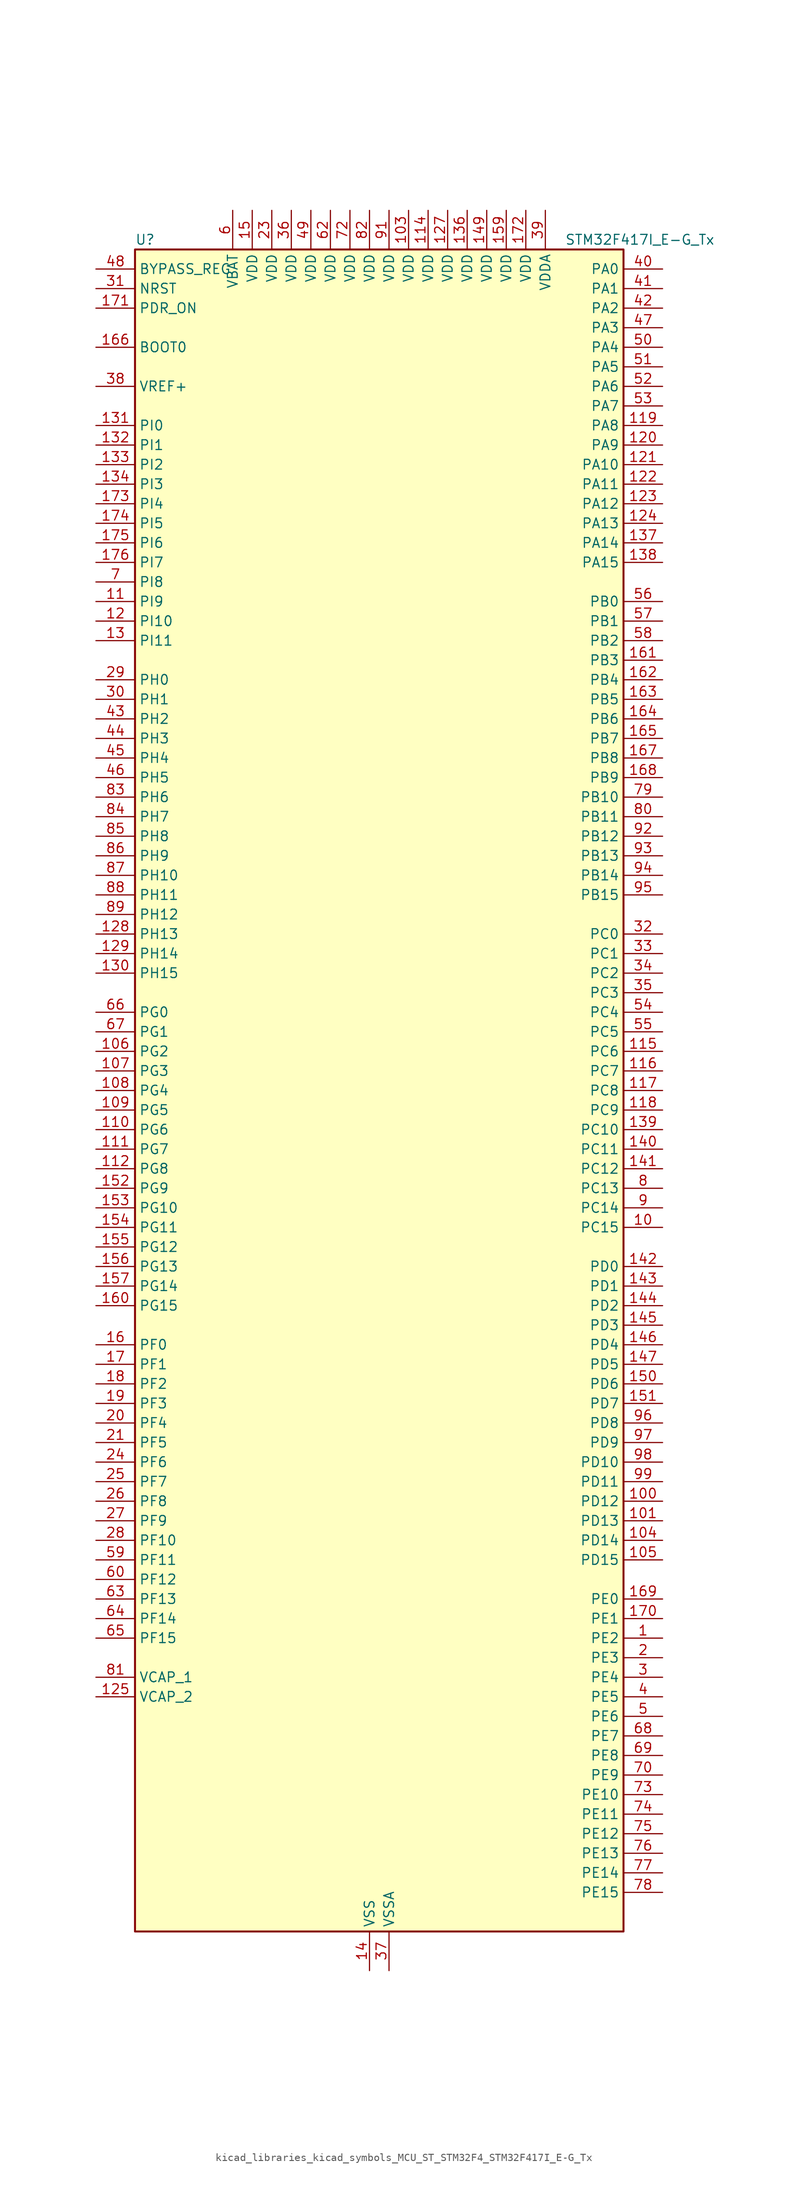
<source format=kicad_sym>
(kicad_symbol_lib
  (version 20220914)
  (generator kicad_symbol_editor)
  (symbol "kicad_libraries_kicad_symbols_MCU_ST_STM32F4_STM32F417I_E-G_Tx"
    (property "Reference" "U"
      (at -30.48 110.49 0)
      (effects (font (size 1.27 1.27)) (justify left)))
    (property "Value" "STM32F417I_E-G_Tx"
      (at 25.4 110.49 0)
      (effects (font (size 1.27 1.27)) (justify left)))
    (property "ki_locked" ""
      (at 0 0 0)
      (effects (font (size 1.27 1.27))))
    (symbol "kicad_libraries_kicad_symbols_MCU_ST_STM32F4_STM32F417I_E-G_Tx_0_1"
      (rectangle (start -30.48 -109.22) (end 33.02 109.22) (stroke (width 0.254) (type default)) (fill (type background))))
    (symbol "kicad_libraries_kicad_symbols_MCU_ST_STM32F4_STM32F417I_E-G_Tx_1_1"
      (pin bidirectional line (at 38.1 -71.12 180) (length 5.08) (name "PE2" (effects (font (size 1.27 1.27)))) (number "1" (effects (font (size 1.27 1.27)))) (alternate "ETH_TXD3" bidirectional line) (alternate "FSMC_A23" bidirectional line) (alternate "SYS_TRACECLK" bidirectional line))
      (pin bidirectional line (at 38.1 -17.78 180) (length 5.08) (name "PC15" (effects (font (size 1.27 1.27)))) (number "10" (effects (font (size 1.27 1.27)))) (alternate "ADC1_EXTI15" bidirectional line) (alternate "ADC2_EXTI15" bidirectional line) (alternate "ADC3_EXTI15" bidirectional line) (alternate "RCC_OSC32_OUT" bidirectional line))
      (pin bidirectional line (at 38.1 -53.34 180) (length 5.08) (name "PD12" (effects (font (size 1.27 1.27)))) (number "100" (effects (font (size 1.27 1.27)))) (alternate "FSMC_A17" bidirectional line) (alternate "FSMC_ALE" bidirectional line) (alternate "TIM4_CH1" bidirectional line) (alternate "USART3_RTS" bidirectional line))
      (pin bidirectional line (at 38.1 -55.88 180) (length 5.08) (name "PD13" (effects (font (size 1.27 1.27)))) (number "101" (effects (font (size 1.27 1.27)))) (alternate "FSMC_A18" bidirectional line) (alternate "TIM4_CH2" bidirectional line))
      (pin passive line (at 0 -114.3 90) (length 5.08) hide (name "VSS" (effects (font (size 1.27 1.27)))) (number "102" (effects (font (size 1.27 1.27)))))
      (pin power_in line (at 5.08 114.3 270) (length 5.08) (name "VDD" (effects (font (size 1.27 1.27)))) (number "103" (effects (font (size 1.27 1.27)))))
      (pin bidirectional line (at 38.1 -58.42 180) (length 5.08) (name "PD14" (effects (font (size 1.27 1.27)))) (number "104" (effects (font (size 1.27 1.27)))) (alternate "FSMC_D0" bidirectional line) (alternate "FSMC_DA0" bidirectional line) (alternate "TIM4_CH3" bidirectional line))
      (pin bidirectional line (at 38.1 -60.96 180) (length 5.08) (name "PD15" (effects (font (size 1.27 1.27)))) (number "105" (effects (font (size 1.27 1.27)))) (alternate "ADC1_EXTI15" bidirectional line) (alternate "ADC2_EXTI15" bidirectional line) (alternate "ADC3_EXTI15" bidirectional line) (alternate "FSMC_D1" bidirectional line) (alternate "FSMC_DA1" bidirectional line) (alternate "TIM4_CH4" bidirectional line))
      (pin bidirectional line (at -35.56 5.08 0) (length 5.08) (name "PG2" (effects (font (size 1.27 1.27)))) (number "106" (effects (font (size 1.27 1.27)))) (alternate "FSMC_A12" bidirectional line))
      (pin bidirectional line (at -35.56 2.54 0) (length 5.08) (name "PG3" (effects (font (size 1.27 1.27)))) (number "107" (effects (font (size 1.27 1.27)))) (alternate "FSMC_A13" bidirectional line))
      (pin bidirectional line (at -35.56 0 0) (length 5.08) (name "PG4" (effects (font (size 1.27 1.27)))) (number "108" (effects (font (size 1.27 1.27)))) (alternate "FSMC_A14" bidirectional line))
      (pin bidirectional line (at -35.56 -2.54 0) (length 5.08) (name "PG5" (effects (font (size 1.27 1.27)))) (number "109" (effects (font (size 1.27 1.27)))) (alternate "FSMC_A15" bidirectional line))
      (pin bidirectional line (at -35.56 63.5 0) (length 5.08) (name "PI9" (effects (font (size 1.27 1.27)))) (number "11" (effects (font (size 1.27 1.27)))) (alternate "CAN1_RX" bidirectional line) (alternate "DAC_EXTI9" bidirectional line))
      (pin bidirectional line (at -35.56 -5.08 0) (length 5.08) (name "PG6" (effects (font (size 1.27 1.27)))) (number "110" (effects (font (size 1.27 1.27)))) (alternate "FSMC_INT2" bidirectional line))
      (pin bidirectional line (at -35.56 -7.62 0) (length 5.08) (name "PG7" (effects (font (size 1.27 1.27)))) (number "111" (effects (font (size 1.27 1.27)))) (alternate "FSMC_INT3" bidirectional line) (alternate "USART6_CK" bidirectional line))
      (pin bidirectional line (at -35.56 -10.16 0) (length 5.08) (name "PG8" (effects (font (size 1.27 1.27)))) (number "112" (effects (font (size 1.27 1.27)))) (alternate "ETH_PPS_OUT" bidirectional line) (alternate "USART6_RTS" bidirectional line))
      (pin passive line (at 0 -114.3 90) (length 5.08) hide (name "VSS" (effects (font (size 1.27 1.27)))) (number "113" (effects (font (size 1.27 1.27)))))
      (pin power_in line (at 7.62 114.3 270) (length 5.08) (name "VDD" (effects (font (size 1.27 1.27)))) (number "114" (effects (font (size 1.27 1.27)))))
      (pin bidirectional line (at 38.1 5.08 180) (length 5.08) (name "PC6" (effects (font (size 1.27 1.27)))) (number "115" (effects (font (size 1.27 1.27)))) (alternate "DCMI_D0" bidirectional line) (alternate "I2S2_MCK" bidirectional line) (alternate "SDIO_D6" bidirectional line) (alternate "TIM3_CH1" bidirectional line) (alternate "TIM8_CH1" bidirectional line) (alternate "USART6_TX" bidirectional line))
      (pin bidirectional line (at 38.1 2.54 180) (length 5.08) (name "PC7" (effects (font (size 1.27 1.27)))) (number "116" (effects (font (size 1.27 1.27)))) (alternate "DCMI_D1" bidirectional line) (alternate "I2S3_MCK" bidirectional line) (alternate "SDIO_D7" bidirectional line) (alternate "TIM3_CH2" bidirectional line) (alternate "TIM8_CH2" bidirectional line) (alternate "USART6_RX" bidirectional line))
      (pin bidirectional line (at 38.1 0 180) (length 5.08) (name "PC8" (effects (font (size 1.27 1.27)))) (number "117" (effects (font (size 1.27 1.27)))) (alternate "DCMI_D2" bidirectional line) (alternate "SDIO_D0" bidirectional line) (alternate "TIM3_CH3" bidirectional line) (alternate "TIM8_CH3" bidirectional line) (alternate "USART6_CK" bidirectional line))
      (pin bidirectional line (at 38.1 -2.54 180) (length 5.08) (name "PC9" (effects (font (size 1.27 1.27)))) (number "118" (effects (font (size 1.27 1.27)))) (alternate "DAC_EXTI9" bidirectional line) (alternate "DCMI_D3" bidirectional line) (alternate "I2C3_SDA" bidirectional line) (alternate "I2S_CKIN" bidirectional line) (alternate "RCC_MCO_2" bidirectional line) (alternate "SDIO_D1" bidirectional line) (alternate "TIM3_CH4" bidirectional line) (alternate "TIM8_CH4" bidirectional line))
      (pin bidirectional line (at 38.1 86.36 180) (length 5.08) (name "PA8" (effects (font (size 1.27 1.27)))) (number "119" (effects (font (size 1.27 1.27)))) (alternate "I2C3_SCL" bidirectional line) (alternate "RCC_MCO_1" bidirectional line) (alternate "TIM1_CH1" bidirectional line) (alternate "USART1_CK" bidirectional line) (alternate "USB_OTG_FS_SOF" bidirectional line))
      (pin bidirectional line (at -35.56 60.96 0) (length 5.08) (name "PI10" (effects (font (size 1.27 1.27)))) (number "12" (effects (font (size 1.27 1.27)))) (alternate "ETH_RX_ER" bidirectional line))
      (pin bidirectional line (at 38.1 83.82 180) (length 5.08) (name "PA9" (effects (font (size 1.27 1.27)))) (number "120" (effects (font (size 1.27 1.27)))) (alternate "DAC_EXTI9" bidirectional line) (alternate "DCMI_D0" bidirectional line) (alternate "I2C3_SMBA" bidirectional line) (alternate "TIM1_CH2" bidirectional line) (alternate "USART1_TX" bidirectional line) (alternate "USB_OTG_FS_VBUS" bidirectional line))
      (pin bidirectional line (at 38.1 81.28 180) (length 5.08) (name "PA10" (effects (font (size 1.27 1.27)))) (number "121" (effects (font (size 1.27 1.27)))) (alternate "DCMI_D1" bidirectional line) (alternate "TIM1_CH3" bidirectional line) (alternate "USART1_RX" bidirectional line) (alternate "USB_OTG_FS_ID" bidirectional line))
      (pin bidirectional line (at 38.1 78.74 180) (length 5.08) (name "PA11" (effects (font (size 1.27 1.27)))) (number "122" (effects (font (size 1.27 1.27)))) (alternate "ADC1_EXTI11" bidirectional line) (alternate "ADC2_EXTI11" bidirectional line) (alternate "ADC3_EXTI11" bidirectional line) (alternate "CAN1_RX" bidirectional line) (alternate "TIM1_CH4" bidirectional line) (alternate "USART1_CTS" bidirectional line) (alternate "USB_OTG_FS_DM" bidirectional line))
      (pin bidirectional line (at 38.1 76.2 180) (length 5.08) (name "PA12" (effects (font (size 1.27 1.27)))) (number "123" (effects (font (size 1.27 1.27)))) (alternate "CAN1_TX" bidirectional line) (alternate "TIM1_ETR" bidirectional line) (alternate "USART1_RTS" bidirectional line) (alternate "USB_OTG_FS_DP" bidirectional line))
      (pin bidirectional line (at 38.1 73.66 180) (length 5.08) (name "PA13" (effects (font (size 1.27 1.27)))) (number "124" (effects (font (size 1.27 1.27)))) (alternate "SYS_JTMS-SWDIO" bidirectional line))
      (pin power_out line (at -35.56 -78.74 0) (length 5.08) (name "VCAP_2" (effects (font (size 1.27 1.27)))) (number "125" (effects (font (size 1.27 1.27)))))
      (pin passive line (at 0 -114.3 90) (length 5.08) hide (name "VSS" (effects (font (size 1.27 1.27)))) (number "126" (effects (font (size 1.27 1.27)))))
      (pin power_in line (at 10.16 114.3 270) (length 5.08) (name "VDD" (effects (font (size 1.27 1.27)))) (number "127" (effects (font (size 1.27 1.27)))))
      (pin bidirectional line (at -35.56 20.32 0) (length 5.08) (name "PH13" (effects (font (size 1.27 1.27)))) (number "128" (effects (font (size 1.27 1.27)))) (alternate "CAN1_TX" bidirectional line) (alternate "TIM8_CH1N" bidirectional line))
      (pin bidirectional line (at -35.56 17.78 0) (length 5.08) (name "PH14" (effects (font (size 1.27 1.27)))) (number "129" (effects (font (size 1.27 1.27)))) (alternate "DCMI_D4" bidirectional line) (alternate "TIM8_CH2N" bidirectional line))
      (pin bidirectional line (at -35.56 58.42 0) (length 5.08) (name "PI11" (effects (font (size 1.27 1.27)))) (number "13" (effects (font (size 1.27 1.27)))) (alternate "ADC1_EXTI11" bidirectional line) (alternate "ADC2_EXTI11" bidirectional line) (alternate "ADC3_EXTI11" bidirectional line) (alternate "USB_OTG_HS_ULPI_DIR" bidirectional line))
      (pin bidirectional line (at -35.56 15.24 0) (length 5.08) (name "PH15" (effects (font (size 1.27 1.27)))) (number "130" (effects (font (size 1.27 1.27)))) (alternate "ADC1_EXTI15" bidirectional line) (alternate "ADC2_EXTI15" bidirectional line) (alternate "ADC3_EXTI15" bidirectional line) (alternate "DCMI_D11" bidirectional line) (alternate "TIM8_CH3N" bidirectional line))
      (pin bidirectional line (at -35.56 86.36 0) (length 5.08) (name "PI0" (effects (font (size 1.27 1.27)))) (number "131" (effects (font (size 1.27 1.27)))) (alternate "DCMI_D13" bidirectional line) (alternate "I2S2_WS" bidirectional line) (alternate "SPI2_NSS" bidirectional line) (alternate "TIM5_CH4" bidirectional line))
      (pin bidirectional line (at -35.56 83.82 0) (length 5.08) (name "PI1" (effects (font (size 1.27 1.27)))) (number "132" (effects (font (size 1.27 1.27)))) (alternate "DCMI_D8" bidirectional line) (alternate "I2S2_CK" bidirectional line) (alternate "SPI2_SCK" bidirectional line))
      (pin bidirectional line (at -35.56 81.28 0) (length 5.08) (name "PI2" (effects (font (size 1.27 1.27)))) (number "133" (effects (font (size 1.27 1.27)))) (alternate "DCMI_D9" bidirectional line) (alternate "I2S2_ext_SD" bidirectional line) (alternate "SPI2_MISO" bidirectional line) (alternate "TIM8_CH4" bidirectional line))
      (pin bidirectional line (at -35.56 78.74 0) (length 5.08) (name "PI3" (effects (font (size 1.27 1.27)))) (number "134" (effects (font (size 1.27 1.27)))) (alternate "DCMI_D10" bidirectional line) (alternate "I2S2_SD" bidirectional line) (alternate "SPI2_MOSI" bidirectional line) (alternate "TIM8_ETR" bidirectional line))
      (pin passive line (at 0 -114.3 90) (length 5.08) hide (name "VSS" (effects (font (size 1.27 1.27)))) (number "135" (effects (font (size 1.27 1.27)))))
      (pin power_in line (at 12.7 114.3 270) (length 5.08) (name "VDD" (effects (font (size 1.27 1.27)))) (number "136" (effects (font (size 1.27 1.27)))))
      (pin bidirectional line (at 38.1 71.12 180) (length 5.08) (name "PA14" (effects (font (size 1.27 1.27)))) (number "137" (effects (font (size 1.27 1.27)))) (alternate "SYS_JTCK-SWCLK" bidirectional line))
      (pin bidirectional line (at 38.1 68.58 180) (length 5.08) (name "PA15" (effects (font (size 1.27 1.27)))) (number "138" (effects (font (size 1.27 1.27)))) (alternate "ADC1_EXTI15" bidirectional line) (alternate "ADC2_EXTI15" bidirectional line) (alternate "ADC3_EXTI15" bidirectional line) (alternate "I2S3_WS" bidirectional line) (alternate "SPI1_NSS" bidirectional line) (alternate "SPI3_NSS" bidirectional line) (alternate "SYS_JTDI" bidirectional line) (alternate "TIM2_CH1" bidirectional line) (alternate "TIM2_ETR" bidirectional line))
      (pin bidirectional line (at 38.1 -5.08 180) (length 5.08) (name "PC10" (effects (font (size 1.27 1.27)))) (number "139" (effects (font (size 1.27 1.27)))) (alternate "DCMI_D8" bidirectional line) (alternate "I2S3_CK" bidirectional line) (alternate "SDIO_D2" bidirectional line) (alternate "SPI3_SCK" bidirectional line) (alternate "UART4_TX" bidirectional line) (alternate "USART3_TX" bidirectional line))
      (pin power_in line (at 0 -114.3 90) (length 5.08) (name "VSS" (effects (font (size 1.27 1.27)))) (number "14" (effects (font (size 1.27 1.27)))))
      (pin bidirectional line (at 38.1 -7.62 180) (length 5.08) (name "PC11" (effects (font (size 1.27 1.27)))) (number "140" (effects (font (size 1.27 1.27)))) (alternate "ADC1_EXTI11" bidirectional line) (alternate "ADC2_EXTI11" bidirectional line) (alternate "ADC3_EXTI11" bidirectional line) (alternate "DCMI_D4" bidirectional line) (alternate "I2S3_ext_SD" bidirectional line) (alternate "SDIO_D3" bidirectional line) (alternate "SPI3_MISO" bidirectional line) (alternate "UART4_RX" bidirectional line) (alternate "USART3_RX" bidirectional line))
      (pin bidirectional line (at 38.1 -10.16 180) (length 5.08) (name "PC12" (effects (font (size 1.27 1.27)))) (number "141" (effects (font (size 1.27 1.27)))) (alternate "DCMI_D9" bidirectional line) (alternate "I2S3_SD" bidirectional line) (alternate "SDIO_CK" bidirectional line) (alternate "SPI3_MOSI" bidirectional line) (alternate "UART5_TX" bidirectional line) (alternate "USART3_CK" bidirectional line))
      (pin bidirectional line (at 38.1 -22.86 180) (length 5.08) (name "PD0" (effects (font (size 1.27 1.27)))) (number "142" (effects (font (size 1.27 1.27)))) (alternate "CAN1_RX" bidirectional line) (alternate "FSMC_D2" bidirectional line) (alternate "FSMC_DA2" bidirectional line))
      (pin bidirectional line (at 38.1 -25.4 180) (length 5.08) (name "PD1" (effects (font (size 1.27 1.27)))) (number "143" (effects (font (size 1.27 1.27)))) (alternate "CAN1_TX" bidirectional line) (alternate "FSMC_D3" bidirectional line) (alternate "FSMC_DA3" bidirectional line))
      (pin bidirectional line (at 38.1 -27.94 180) (length 5.08) (name "PD2" (effects (font (size 1.27 1.27)))) (number "144" (effects (font (size 1.27 1.27)))) (alternate "DCMI_D11" bidirectional line) (alternate "SDIO_CMD" bidirectional line) (alternate "TIM3_ETR" bidirectional line) (alternate "UART5_RX" bidirectional line))
      (pin bidirectional line (at 38.1 -30.48 180) (length 5.08) (name "PD3" (effects (font (size 1.27 1.27)))) (number "145" (effects (font (size 1.27 1.27)))) (alternate "FSMC_CLK" bidirectional line) (alternate "USART2_CTS" bidirectional line))
      (pin bidirectional line (at 38.1 -33.02 180) (length 5.08) (name "PD4" (effects (font (size 1.27 1.27)))) (number "146" (effects (font (size 1.27 1.27)))) (alternate "FSMC_NOE" bidirectional line) (alternate "USART2_RTS" bidirectional line))
      (pin bidirectional line (at 38.1 -35.56 180) (length 5.08) (name "PD5" (effects (font (size 1.27 1.27)))) (number "147" (effects (font (size 1.27 1.27)))) (alternate "FSMC_NWE" bidirectional line) (alternate "USART2_TX" bidirectional line))
      (pin passive line (at 0 -114.3 90) (length 5.08) hide (name "VSS" (effects (font (size 1.27 1.27)))) (number "148" (effects (font (size 1.27 1.27)))))
      (pin power_in line (at 15.24 114.3 270) (length 5.08) (name "VDD" (effects (font (size 1.27 1.27)))) (number "149" (effects (font (size 1.27 1.27)))))
      (pin power_in line (at -15.24 114.3 270) (length 5.08) (name "VDD" (effects (font (size 1.27 1.27)))) (number "15" (effects (font (size 1.27 1.27)))))
      (pin bidirectional line (at 38.1 -38.1 180) (length 5.08) (name "PD6" (effects (font (size 1.27 1.27)))) (number "150" (effects (font (size 1.27 1.27)))) (alternate "FSMC_NWAIT" bidirectional line) (alternate "USART2_RX" bidirectional line))
      (pin bidirectional line (at 38.1 -40.64 180) (length 5.08) (name "PD7" (effects (font (size 1.27 1.27)))) (number "151" (effects (font (size 1.27 1.27)))) (alternate "FSMC_NCE2" bidirectional line) (alternate "FSMC_NE1" bidirectional line) (alternate "USART2_CK" bidirectional line))
      (pin bidirectional line (at -35.56 -12.7 0) (length 5.08) (name "PG9" (effects (font (size 1.27 1.27)))) (number "152" (effects (font (size 1.27 1.27)))) (alternate "DAC_EXTI9" bidirectional line) (alternate "FSMC_NCE3" bidirectional line) (alternate "FSMC_NE2" bidirectional line) (alternate "USART6_RX" bidirectional line))
      (pin bidirectional line (at -35.56 -15.24 0) (length 5.08) (name "PG10" (effects (font (size 1.27 1.27)))) (number "153" (effects (font (size 1.27 1.27)))) (alternate "FSMC_NCE4_1" bidirectional line) (alternate "FSMC_NE3" bidirectional line))
      (pin bidirectional line (at -35.56 -17.78 0) (length 5.08) (name "PG11" (effects (font (size 1.27 1.27)))) (number "154" (effects (font (size 1.27 1.27)))) (alternate "ADC1_EXTI11" bidirectional line) (alternate "ADC2_EXTI11" bidirectional line) (alternate "ADC3_EXTI11" bidirectional line) (alternate "ETH_TX_EN" bidirectional line) (alternate "FSMC_NCE4_2" bidirectional line))
      (pin bidirectional line (at -35.56 -20.32 0) (length 5.08) (name "PG12" (effects (font (size 1.27 1.27)))) (number "155" (effects (font (size 1.27 1.27)))) (alternate "FSMC_NE4" bidirectional line) (alternate "USART6_RTS" bidirectional line))
      (pin bidirectional line (at -35.56 -22.86 0) (length 5.08) (name "PG13" (effects (font (size 1.27 1.27)))) (number "156" (effects (font (size 1.27 1.27)))) (alternate "ETH_TXD0" bidirectional line) (alternate "FSMC_A24" bidirectional line) (alternate "USART6_CTS" bidirectional line))
      (pin bidirectional line (at -35.56 -25.4 0) (length 5.08) (name "PG14" (effects (font (size 1.27 1.27)))) (number "157" (effects (font (size 1.27 1.27)))) (alternate "ETH_TXD1" bidirectional line) (alternate "FSMC_A25" bidirectional line) (alternate "USART6_TX" bidirectional line))
      (pin passive line (at 0 -114.3 90) (length 5.08) hide (name "VSS" (effects (font (size 1.27 1.27)))) (number "158" (effects (font (size 1.27 1.27)))))
      (pin power_in line (at 17.78 114.3 270) (length 5.08) (name "VDD" (effects (font (size 1.27 1.27)))) (number "159" (effects (font (size 1.27 1.27)))))
      (pin bidirectional line (at -35.56 -33.02 0) (length 5.08) (name "PF0" (effects (font (size 1.27 1.27)))) (number "16" (effects (font (size 1.27 1.27)))) (alternate "FSMC_A0" bidirectional line) (alternate "I2C2_SDA" bidirectional line))
      (pin bidirectional line (at -35.56 -27.94 0) (length 5.08) (name "PG15" (effects (font (size 1.27 1.27)))) (number "160" (effects (font (size 1.27 1.27)))) (alternate "ADC1_EXTI15" bidirectional line) (alternate "ADC2_EXTI15" bidirectional line) (alternate "ADC3_EXTI15" bidirectional line) (alternate "DCMI_D13" bidirectional line) (alternate "USART6_CTS" bidirectional line))
      (pin bidirectional line (at 38.1 55.88 180) (length 5.08) (name "PB3" (effects (font (size 1.27 1.27)))) (number "161" (effects (font (size 1.27 1.27)))) (alternate "I2S3_CK" bidirectional line) (alternate "SPI1_SCK" bidirectional line) (alternate "SPI3_SCK" bidirectional line) (alternate "SYS_JTDO-SWO" bidirectional line) (alternate "TIM2_CH2" bidirectional line))
      (pin bidirectional line (at 38.1 53.34 180) (length 5.08) (name "PB4" (effects (font (size 1.27 1.27)))) (number "162" (effects (font (size 1.27 1.27)))) (alternate "I2S3_ext_SD" bidirectional line) (alternate "SPI1_MISO" bidirectional line) (alternate "SPI3_MISO" bidirectional line) (alternate "SYS_JTRST" bidirectional line) (alternate "TIM3_CH1" bidirectional line))
      (pin bidirectional line (at 38.1 50.8 180) (length 5.08) (name "PB5" (effects (font (size 1.27 1.27)))) (number "163" (effects (font (size 1.27 1.27)))) (alternate "CAN2_RX" bidirectional line) (alternate "DCMI_D10" bidirectional line) (alternate "ETH_PPS_OUT" bidirectional line) (alternate "I2C1_SMBA" bidirectional line) (alternate "I2S3_SD" bidirectional line) (alternate "SPI1_MOSI" bidirectional line) (alternate "SPI3_MOSI" bidirectional line) (alternate "TIM3_CH2" bidirectional line) (alternate "USB_OTG_HS_ULPI_D7" bidirectional line))
      (pin bidirectional line (at 38.1 48.26 180) (length 5.08) (name "PB6" (effects (font (size 1.27 1.27)))) (number "164" (effects (font (size 1.27 1.27)))) (alternate "CAN2_TX" bidirectional line) (alternate "DCMI_D5" bidirectional line) (alternate "I2C1_SCL" bidirectional line) (alternate "TIM4_CH1" bidirectional line) (alternate "USART1_TX" bidirectional line))
      (pin bidirectional line (at 38.1 45.72 180) (length 5.08) (name "PB7" (effects (font (size 1.27 1.27)))) (number "165" (effects (font (size 1.27 1.27)))) (alternate "DCMI_VSYNC" bidirectional line) (alternate "FSMC_NL" bidirectional line) (alternate "I2C1_SDA" bidirectional line) (alternate "TIM4_CH2" bidirectional line) (alternate "USART1_RX" bidirectional line))
      (pin input line (at -35.56 96.52 0) (length 5.08) (name "BOOT0" (effects (font (size 1.27 1.27)))) (number "166" (effects (font (size 1.27 1.27)))))
      (pin bidirectional line (at 38.1 43.18 180) (length 5.08) (name "PB8" (effects (font (size 1.27 1.27)))) (number "167" (effects (font (size 1.27 1.27)))) (alternate "CAN1_RX" bidirectional line) (alternate "DCMI_D6" bidirectional line) (alternate "ETH_TXD3" bidirectional line) (alternate "I2C1_SCL" bidirectional line) (alternate "SDIO_D4" bidirectional line) (alternate "TIM10_CH1" bidirectional line) (alternate "TIM4_CH3" bidirectional line))
      (pin bidirectional line (at 38.1 40.64 180) (length 5.08) (name "PB9" (effects (font (size 1.27 1.27)))) (number "168" (effects (font (size 1.27 1.27)))) (alternate "CAN1_TX" bidirectional line) (alternate "DAC_EXTI9" bidirectional line) (alternate "DCMI_D7" bidirectional line) (alternate "I2C1_SDA" bidirectional line) (alternate "I2S2_WS" bidirectional line) (alternate "SDIO_D5" bidirectional line) (alternate "SPI2_NSS" bidirectional line) (alternate "TIM11_CH1" bidirectional line) (alternate "TIM4_CH4" bidirectional line))
      (pin bidirectional line (at 38.1 -66.04 180) (length 5.08) (name "PE0" (effects (font (size 1.27 1.27)))) (number "169" (effects (font (size 1.27 1.27)))) (alternate "DCMI_D2" bidirectional line) (alternate "FSMC_NBL0" bidirectional line) (alternate "TIM4_ETR" bidirectional line))
      (pin bidirectional line (at -35.56 -35.56 0) (length 5.08) (name "PF1" (effects (font (size 1.27 1.27)))) (number "17" (effects (font (size 1.27 1.27)))) (alternate "FSMC_A1" bidirectional line) (alternate "I2C2_SCL" bidirectional line))
      (pin bidirectional line (at 38.1 -68.58 180) (length 5.08) (name "PE1" (effects (font (size 1.27 1.27)))) (number "170" (effects (font (size 1.27 1.27)))) (alternate "DCMI_D3" bidirectional line) (alternate "FSMC_NBL1" bidirectional line))
      (pin input line (at -35.56 101.6 0) (length 5.08) (name "PDR_ON" (effects (font (size 1.27 1.27)))) (number "171" (effects (font (size 1.27 1.27)))))
      (pin power_in line (at 20.32 114.3 270) (length 5.08) (name "VDD" (effects (font (size 1.27 1.27)))) (number "172" (effects (font (size 1.27 1.27)))))
      (pin bidirectional line (at -35.56 76.2 0) (length 5.08) (name "PI4" (effects (font (size 1.27 1.27)))) (number "173" (effects (font (size 1.27 1.27)))) (alternate "DCMI_D5" bidirectional line) (alternate "TIM8_BKIN" bidirectional line))
      (pin bidirectional line (at -35.56 73.66 0) (length 5.08) (name "PI5" (effects (font (size 1.27 1.27)))) (number "174" (effects (font (size 1.27 1.27)))) (alternate "DCMI_VSYNC" bidirectional line) (alternate "TIM8_CH1" bidirectional line))
      (pin bidirectional line (at -35.56 71.12 0) (length 5.08) (name "PI6" (effects (font (size 1.27 1.27)))) (number "175" (effects (font (size 1.27 1.27)))) (alternate "DCMI_D6" bidirectional line) (alternate "TIM8_CH2" bidirectional line))
      (pin bidirectional line (at -35.56 68.58 0) (length 5.08) (name "PI7" (effects (font (size 1.27 1.27)))) (number "176" (effects (font (size 1.27 1.27)))) (alternate "DCMI_D7" bidirectional line) (alternate "TIM8_CH3" bidirectional line))
      (pin bidirectional line (at -35.56 -38.1 0) (length 5.08) (name "PF2" (effects (font (size 1.27 1.27)))) (number "18" (effects (font (size 1.27 1.27)))) (alternate "FSMC_A2" bidirectional line) (alternate "I2C2_SMBA" bidirectional line))
      (pin bidirectional line (at -35.56 -40.64 0) (length 5.08) (name "PF3" (effects (font (size 1.27 1.27)))) (number "19" (effects (font (size 1.27 1.27)))) (alternate "ADC3_IN9" bidirectional line) (alternate "FSMC_A3" bidirectional line))
      (pin bidirectional line (at 38.1 -73.66 180) (length 5.08) (name "PE3" (effects (font (size 1.27 1.27)))) (number "2" (effects (font (size 1.27 1.27)))) (alternate "FSMC_A19" bidirectional line) (alternate "SYS_TRACED0" bidirectional line))
      (pin bidirectional line (at -35.56 -43.18 0) (length 5.08) (name "PF4" (effects (font (size 1.27 1.27)))) (number "20" (effects (font (size 1.27 1.27)))) (alternate "ADC3_IN14" bidirectional line) (alternate "FSMC_A4" bidirectional line))
      (pin bidirectional line (at -35.56 -45.72 0) (length 5.08) (name "PF5" (effects (font (size 1.27 1.27)))) (number "21" (effects (font (size 1.27 1.27)))) (alternate "ADC3_IN15" bidirectional line) (alternate "FSMC_A5" bidirectional line))
      (pin passive line (at 0 -114.3 90) (length 5.08) hide (name "VSS" (effects (font (size 1.27 1.27)))) (number "22" (effects (font (size 1.27 1.27)))))
      (pin power_in line (at -12.7 114.3 270) (length 5.08) (name "VDD" (effects (font (size 1.27 1.27)))) (number "23" (effects (font (size 1.27 1.27)))))
      (pin bidirectional line (at -35.56 -48.26 0) (length 5.08) (name "PF6" (effects (font (size 1.27 1.27)))) (number "24" (effects (font (size 1.27 1.27)))) (alternate "ADC3_IN4" bidirectional line) (alternate "FSMC_NIORD" bidirectional line) (alternate "TIM10_CH1" bidirectional line))
      (pin bidirectional line (at -35.56 -50.8 0) (length 5.08) (name "PF7" (effects (font (size 1.27 1.27)))) (number "25" (effects (font (size 1.27 1.27)))) (alternate "ADC3_IN5" bidirectional line) (alternate "FSMC_NREG" bidirectional line) (alternate "TIM11_CH1" bidirectional line))
      (pin bidirectional line (at -35.56 -53.34 0) (length 5.08) (name "PF8" (effects (font (size 1.27 1.27)))) (number "26" (effects (font (size 1.27 1.27)))) (alternate "ADC3_IN6" bidirectional line) (alternate "FSMC_NIOWR" bidirectional line) (alternate "TIM13_CH1" bidirectional line))
      (pin bidirectional line (at -35.56 -55.88 0) (length 5.08) (name "PF9" (effects (font (size 1.27 1.27)))) (number "27" (effects (font (size 1.27 1.27)))) (alternate "ADC3_IN7" bidirectional line) (alternate "DAC_EXTI9" bidirectional line) (alternate "FSMC_CD" bidirectional line) (alternate "TIM14_CH1" bidirectional line))
      (pin bidirectional line (at -35.56 -58.42 0) (length 5.08) (name "PF10" (effects (font (size 1.27 1.27)))) (number "28" (effects (font (size 1.27 1.27)))) (alternate "ADC3_IN8" bidirectional line) (alternate "FSMC_INTR" bidirectional line))
      (pin bidirectional line (at -35.56 53.34 0) (length 5.08) (name "PH0" (effects (font (size 1.27 1.27)))) (number "29" (effects (font (size 1.27 1.27)))) (alternate "RCC_OSC_IN" bidirectional line))
      (pin bidirectional line (at 38.1 -76.2 180) (length 5.08) (name "PE4" (effects (font (size 1.27 1.27)))) (number "3" (effects (font (size 1.27 1.27)))) (alternate "DCMI_D4" bidirectional line) (alternate "FSMC_A20" bidirectional line) (alternate "SYS_TRACED1" bidirectional line))
      (pin bidirectional line (at -35.56 50.8 0) (length 5.08) (name "PH1" (effects (font (size 1.27 1.27)))) (number "30" (effects (font (size 1.27 1.27)))) (alternate "RCC_OSC_OUT" bidirectional line))
      (pin input line (at -35.56 104.14 0) (length 5.08) (name "NRST" (effects (font (size 1.27 1.27)))) (number "31" (effects (font (size 1.27 1.27)))))
      (pin bidirectional line (at 38.1 20.32 180) (length 5.08) (name "PC0" (effects (font (size 1.27 1.27)))) (number "32" (effects (font (size 1.27 1.27)))) (alternate "ADC1_IN10" bidirectional line) (alternate "ADC2_IN10" bidirectional line) (alternate "ADC3_IN10" bidirectional line) (alternate "USB_OTG_HS_ULPI_STP" bidirectional line))
      (pin bidirectional line (at 38.1 17.78 180) (length 5.08) (name "PC1" (effects (font (size 1.27 1.27)))) (number "33" (effects (font (size 1.27 1.27)))) (alternate "ADC1_IN11" bidirectional line) (alternate "ADC2_IN11" bidirectional line) (alternate "ADC3_IN11" bidirectional line) (alternate "ETH_MDC" bidirectional line))
      (pin bidirectional line (at 38.1 15.24 180) (length 5.08) (name "PC2" (effects (font (size 1.27 1.27)))) (number "34" (effects (font (size 1.27 1.27)))) (alternate "ADC1_IN12" bidirectional line) (alternate "ADC2_IN12" bidirectional line) (alternate "ADC3_IN12" bidirectional line) (alternate "ETH_TXD2" bidirectional line) (alternate "I2S2_ext_SD" bidirectional line) (alternate "SPI2_MISO" bidirectional line) (alternate "USB_OTG_HS_ULPI_DIR" bidirectional line))
      (pin bidirectional line (at 38.1 12.7 180) (length 5.08) (name "PC3" (effects (font (size 1.27 1.27)))) (number "35" (effects (font (size 1.27 1.27)))) (alternate "ADC1_IN13" bidirectional line) (alternate "ADC2_IN13" bidirectional line) (alternate "ADC3_IN13" bidirectional line) (alternate "ETH_TX_CLK" bidirectional line) (alternate "I2S2_SD" bidirectional line) (alternate "SPI2_MOSI" bidirectional line) (alternate "USB_OTG_HS_ULPI_NXT" bidirectional line))
      (pin power_in line (at -10.16 114.3 270) (length 5.08) (name "VDD" (effects (font (size 1.27 1.27)))) (number "36" (effects (font (size 1.27 1.27)))))
      (pin power_in line (at 2.54 -114.3 90) (length 5.08) (name "VSSA" (effects (font (size 1.27 1.27)))) (number "37" (effects (font (size 1.27 1.27)))))
      (pin input line (at -35.56 91.44 0) (length 5.08) (name "VREF+" (effects (font (size 1.27 1.27)))) (number "38" (effects (font (size 1.27 1.27)))))
      (pin power_in line (at 22.86 114.3 270) (length 5.08) (name "VDDA" (effects (font (size 1.27 1.27)))) (number "39" (effects (font (size 1.27 1.27)))))
      (pin bidirectional line (at 38.1 -78.74 180) (length 5.08) (name "PE5" (effects (font (size 1.27 1.27)))) (number "4" (effects (font (size 1.27 1.27)))) (alternate "DCMI_D6" bidirectional line) (alternate "FSMC_A21" bidirectional line) (alternate "SYS_TRACED2" bidirectional line) (alternate "TIM9_CH1" bidirectional line))
      (pin bidirectional line (at 38.1 106.68 180) (length 5.08) (name "PA0" (effects (font (size 1.27 1.27)))) (number "40" (effects (font (size 1.27 1.27)))) (alternate "ADC1_IN0" bidirectional line) (alternate "ADC2_IN0" bidirectional line) (alternate "ADC3_IN0" bidirectional line) (alternate "ETH_CRS" bidirectional line) (alternate "SYS_WKUP" bidirectional line) (alternate "TIM2_CH1" bidirectional line) (alternate "TIM2_ETR" bidirectional line) (alternate "TIM5_CH1" bidirectional line) (alternate "TIM8_ETR" bidirectional line) (alternate "UART4_TX" bidirectional line) (alternate "USART2_CTS" bidirectional line))
      (pin bidirectional line (at 38.1 104.14 180) (length 5.08) (name "PA1" (effects (font (size 1.27 1.27)))) (number "41" (effects (font (size 1.27 1.27)))) (alternate "ADC1_IN1" bidirectional line) (alternate "ADC2_IN1" bidirectional line) (alternate "ADC3_IN1" bidirectional line) (alternate "ETH_REF_CLK" bidirectional line) (alternate "ETH_RX_CLK" bidirectional line) (alternate "TIM2_CH2" bidirectional line) (alternate "TIM5_CH2" bidirectional line) (alternate "UART4_RX" bidirectional line) (alternate "USART2_RTS" bidirectional line))
      (pin bidirectional line (at 38.1 101.6 180) (length 5.08) (name "PA2" (effects (font (size 1.27 1.27)))) (number "42" (effects (font (size 1.27 1.27)))) (alternate "ADC1_IN2" bidirectional line) (alternate "ADC2_IN2" bidirectional line) (alternate "ADC3_IN2" bidirectional line) (alternate "ETH_MDIO" bidirectional line) (alternate "TIM2_CH3" bidirectional line) (alternate "TIM5_CH3" bidirectional line) (alternate "TIM9_CH1" bidirectional line) (alternate "USART2_TX" bidirectional line))
      (pin bidirectional line (at -35.56 48.26 0) (length 5.08) (name "PH2" (effects (font (size 1.27 1.27)))) (number "43" (effects (font (size 1.27 1.27)))) (alternate "ETH_CRS" bidirectional line))
      (pin bidirectional line (at -35.56 45.72 0) (length 5.08) (name "PH3" (effects (font (size 1.27 1.27)))) (number "44" (effects (font (size 1.27 1.27)))) (alternate "ETH_COL" bidirectional line))
      (pin bidirectional line (at -35.56 43.18 0) (length 5.08) (name "PH4" (effects (font (size 1.27 1.27)))) (number "45" (effects (font (size 1.27 1.27)))) (alternate "I2C2_SCL" bidirectional line) (alternate "USB_OTG_HS_ULPI_NXT" bidirectional line))
      (pin bidirectional line (at -35.56 40.64 0) (length 5.08) (name "PH5" (effects (font (size 1.27 1.27)))) (number "46" (effects (font (size 1.27 1.27)))) (alternate "I2C2_SDA" bidirectional line))
      (pin bidirectional line (at 38.1 99.06 180) (length 5.08) (name "PA3" (effects (font (size 1.27 1.27)))) (number "47" (effects (font (size 1.27 1.27)))) (alternate "ADC1_IN3" bidirectional line) (alternate "ADC2_IN3" bidirectional line) (alternate "ADC3_IN3" bidirectional line) (alternate "ETH_COL" bidirectional line) (alternate "TIM2_CH4" bidirectional line) (alternate "TIM5_CH4" bidirectional line) (alternate "TIM9_CH2" bidirectional line) (alternate "USART2_RX" bidirectional line) (alternate "USB_OTG_HS_ULPI_D0" bidirectional line))
      (pin input line (at -35.56 106.68 0) (length 5.08) (name "BYPASS_REG" (effects (font (size 1.27 1.27)))) (number "48" (effects (font (size 1.27 1.27)))))
      (pin power_in line (at -7.62 114.3 270) (length 5.08) (name "VDD" (effects (font (size 1.27 1.27)))) (number "49" (effects (font (size 1.27 1.27)))))
      (pin bidirectional line (at 38.1 -81.28 180) (length 5.08) (name "PE6" (effects (font (size 1.27 1.27)))) (number "5" (effects (font (size 1.27 1.27)))) (alternate "DCMI_D7" bidirectional line) (alternate "FSMC_A22" bidirectional line) (alternate "SYS_TRACED3" bidirectional line) (alternate "TIM9_CH2" bidirectional line))
      (pin bidirectional line (at 38.1 96.52 180) (length 5.08) (name "PA4" (effects (font (size 1.27 1.27)))) (number "50" (effects (font (size 1.27 1.27)))) (alternate "ADC1_IN4" bidirectional line) (alternate "ADC2_IN4" bidirectional line) (alternate "DAC_OUT1" bidirectional line) (alternate "DCMI_HSYNC" bidirectional line) (alternate "I2S3_WS" bidirectional line) (alternate "SPI1_NSS" bidirectional line) (alternate "SPI3_NSS" bidirectional line) (alternate "USART2_CK" bidirectional line) (alternate "USB_OTG_HS_SOF" bidirectional line))
      (pin bidirectional line (at 38.1 93.98 180) (length 5.08) (name "PA5" (effects (font (size 1.27 1.27)))) (number "51" (effects (font (size 1.27 1.27)))) (alternate "ADC1_IN5" bidirectional line) (alternate "ADC2_IN5" bidirectional line) (alternate "DAC_OUT2" bidirectional line) (alternate "SPI1_SCK" bidirectional line) (alternate "TIM2_CH1" bidirectional line) (alternate "TIM2_ETR" bidirectional line) (alternate "TIM8_CH1N" bidirectional line) (alternate "USB_OTG_HS_ULPI_CK" bidirectional line))
      (pin bidirectional line (at 38.1 91.44 180) (length 5.08) (name "PA6" (effects (font (size 1.27 1.27)))) (number "52" (effects (font (size 1.27 1.27)))) (alternate "ADC1_IN6" bidirectional line) (alternate "ADC2_IN6" bidirectional line) (alternate "DCMI_PIXCLK" bidirectional line) (alternate "SPI1_MISO" bidirectional line) (alternate "TIM13_CH1" bidirectional line) (alternate "TIM1_BKIN" bidirectional line) (alternate "TIM3_CH1" bidirectional line) (alternate "TIM8_BKIN" bidirectional line))
      (pin bidirectional line (at 38.1 88.9 180) (length 5.08) (name "PA7" (effects (font (size 1.27 1.27)))) (number "53" (effects (font (size 1.27 1.27)))) (alternate "ADC1_IN7" bidirectional line) (alternate "ADC2_IN7" bidirectional line) (alternate "ETH_CRS_DV" bidirectional line) (alternate "ETH_RX_DV" bidirectional line) (alternate "SPI1_MOSI" bidirectional line) (alternate "TIM14_CH1" bidirectional line) (alternate "TIM1_CH1N" bidirectional line) (alternate "TIM3_CH2" bidirectional line) (alternate "TIM8_CH1N" bidirectional line))
      (pin bidirectional line (at 38.1 10.16 180) (length 5.08) (name "PC4" (effects (font (size 1.27 1.27)))) (number "54" (effects (font (size 1.27 1.27)))) (alternate "ADC1_IN14" bidirectional line) (alternate "ADC2_IN14" bidirectional line) (alternate "ETH_RXD0" bidirectional line))
      (pin bidirectional line (at 38.1 7.62 180) (length 5.08) (name "PC5" (effects (font (size 1.27 1.27)))) (number "55" (effects (font (size 1.27 1.27)))) (alternate "ADC1_IN15" bidirectional line) (alternate "ADC2_IN15" bidirectional line) (alternate "ETH_RXD1" bidirectional line))
      (pin bidirectional line (at 38.1 63.5 180) (length 5.08) (name "PB0" (effects (font (size 1.27 1.27)))) (number "56" (effects (font (size 1.27 1.27)))) (alternate "ADC1_IN8" bidirectional line) (alternate "ADC2_IN8" bidirectional line) (alternate "ETH_RXD2" bidirectional line) (alternate "TIM1_CH2N" bidirectional line) (alternate "TIM3_CH3" bidirectional line) (alternate "TIM8_CH2N" bidirectional line) (alternate "USB_OTG_HS_ULPI_D1" bidirectional line))
      (pin bidirectional line (at 38.1 60.96 180) (length 5.08) (name "PB1" (effects (font (size 1.27 1.27)))) (number "57" (effects (font (size 1.27 1.27)))) (alternate "ADC1_IN9" bidirectional line) (alternate "ADC2_IN9" bidirectional line) (alternate "ETH_RXD3" bidirectional line) (alternate "TIM1_CH3N" bidirectional line) (alternate "TIM3_CH4" bidirectional line) (alternate "TIM8_CH3N" bidirectional line) (alternate "USB_OTG_HS_ULPI_D2" bidirectional line))
      (pin bidirectional line (at 38.1 58.42 180) (length 5.08) (name "PB2" (effects (font (size 1.27 1.27)))) (number "58" (effects (font (size 1.27 1.27)))))
      (pin bidirectional line (at -35.56 -60.96 0) (length 5.08) (name "PF11" (effects (font (size 1.27 1.27)))) (number "59" (effects (font (size 1.27 1.27)))) (alternate "ADC1_EXTI11" bidirectional line) (alternate "ADC2_EXTI11" bidirectional line) (alternate "ADC3_EXTI11" bidirectional line) (alternate "DCMI_D12" bidirectional line))
      (pin power_in line (at -17.78 114.3 270) (length 5.08) (name "VBAT" (effects (font (size 1.27 1.27)))) (number "6" (effects (font (size 1.27 1.27)))))
      (pin bidirectional line (at -35.56 -63.5 0) (length 5.08) (name "PF12" (effects (font (size 1.27 1.27)))) (number "60" (effects (font (size 1.27 1.27)))) (alternate "FSMC_A6" bidirectional line))
      (pin passive line (at 0 -114.3 90) (length 5.08) hide (name "VSS" (effects (font (size 1.27 1.27)))) (number "61" (effects (font (size 1.27 1.27)))))
      (pin power_in line (at -5.08 114.3 270) (length 5.08) (name "VDD" (effects (font (size 1.27 1.27)))) (number "62" (effects (font (size 1.27 1.27)))))
      (pin bidirectional line (at -35.56 -66.04 0) (length 5.08) (name "PF13" (effects (font (size 1.27 1.27)))) (number "63" (effects (font (size 1.27 1.27)))) (alternate "FSMC_A7" bidirectional line))
      (pin bidirectional line (at -35.56 -68.58 0) (length 5.08) (name "PF14" (effects (font (size 1.27 1.27)))) (number "64" (effects (font (size 1.27 1.27)))) (alternate "FSMC_A8" bidirectional line))
      (pin bidirectional line (at -35.56 -71.12 0) (length 5.08) (name "PF15" (effects (font (size 1.27 1.27)))) (number "65" (effects (font (size 1.27 1.27)))) (alternate "ADC1_EXTI15" bidirectional line) (alternate "ADC2_EXTI15" bidirectional line) (alternate "ADC3_EXTI15" bidirectional line) (alternate "FSMC_A9" bidirectional line))
      (pin bidirectional line (at -35.56 10.16 0) (length 5.08) (name "PG0" (effects (font (size 1.27 1.27)))) (number "66" (effects (font (size 1.27 1.27)))) (alternate "FSMC_A10" bidirectional line))
      (pin bidirectional line (at -35.56 7.62 0) (length 5.08) (name "PG1" (effects (font (size 1.27 1.27)))) (number "67" (effects (font (size 1.27 1.27)))) (alternate "FSMC_A11" bidirectional line))
      (pin bidirectional line (at 38.1 -83.82 180) (length 5.08) (name "PE7" (effects (font (size 1.27 1.27)))) (number "68" (effects (font (size 1.27 1.27)))) (alternate "FSMC_D4" bidirectional line) (alternate "FSMC_DA4" bidirectional line) (alternate "TIM1_ETR" bidirectional line))
      (pin bidirectional line (at 38.1 -86.36 180) (length 5.08) (name "PE8" (effects (font (size 1.27 1.27)))) (number "69" (effects (font (size 1.27 1.27)))) (alternate "FSMC_D5" bidirectional line) (alternate "FSMC_DA5" bidirectional line) (alternate "TIM1_CH1N" bidirectional line))
      (pin bidirectional line (at -35.56 66.04 0) (length 5.08) (name "PI8" (effects (font (size 1.27 1.27)))) (number "7" (effects (font (size 1.27 1.27)))) (alternate "RTC_AF2" bidirectional line))
      (pin bidirectional line (at 38.1 -88.9 180) (length 5.08) (name "PE9" (effects (font (size 1.27 1.27)))) (number "70" (effects (font (size 1.27 1.27)))) (alternate "DAC_EXTI9" bidirectional line) (alternate "FSMC_D6" bidirectional line) (alternate "FSMC_DA6" bidirectional line) (alternate "TIM1_CH1" bidirectional line))
      (pin passive line (at 0 -114.3 90) (length 5.08) hide (name "VSS" (effects (font (size 1.27 1.27)))) (number "71" (effects (font (size 1.27 1.27)))))
      (pin power_in line (at -2.54 114.3 270) (length 5.08) (name "VDD" (effects (font (size 1.27 1.27)))) (number "72" (effects (font (size 1.27 1.27)))))
      (pin bidirectional line (at 38.1 -91.44 180) (length 5.08) (name "PE10" (effects (font (size 1.27 1.27)))) (number "73" (effects (font (size 1.27 1.27)))) (alternate "FSMC_D7" bidirectional line) (alternate "FSMC_DA7" bidirectional line) (alternate "TIM1_CH2N" bidirectional line))
      (pin bidirectional line (at 38.1 -93.98 180) (length 5.08) (name "PE11" (effects (font (size 1.27 1.27)))) (number "74" (effects (font (size 1.27 1.27)))) (alternate "ADC1_EXTI11" bidirectional line) (alternate "ADC2_EXTI11" bidirectional line) (alternate "ADC3_EXTI11" bidirectional line) (alternate "FSMC_D8" bidirectional line) (alternate "FSMC_DA8" bidirectional line) (alternate "TIM1_CH2" bidirectional line))
      (pin bidirectional line (at 38.1 -96.52 180) (length 5.08) (name "PE12" (effects (font (size 1.27 1.27)))) (number "75" (effects (font (size 1.27 1.27)))) (alternate "FSMC_D9" bidirectional line) (alternate "FSMC_DA9" bidirectional line) (alternate "TIM1_CH3N" bidirectional line))
      (pin bidirectional line (at 38.1 -99.06 180) (length 5.08) (name "PE13" (effects (font (size 1.27 1.27)))) (number "76" (effects (font (size 1.27 1.27)))) (alternate "FSMC_D10" bidirectional line) (alternate "FSMC_DA10" bidirectional line) (alternate "TIM1_CH3" bidirectional line))
      (pin bidirectional line (at 38.1 -101.6 180) (length 5.08) (name "PE14" (effects (font (size 1.27 1.27)))) (number "77" (effects (font (size 1.27 1.27)))) (alternate "FSMC_D11" bidirectional line) (alternate "FSMC_DA11" bidirectional line) (alternate "TIM1_CH4" bidirectional line))
      (pin bidirectional line (at 38.1 -104.14 180) (length 5.08) (name "PE15" (effects (font (size 1.27 1.27)))) (number "78" (effects (font (size 1.27 1.27)))) (alternate "ADC1_EXTI15" bidirectional line) (alternate "ADC2_EXTI15" bidirectional line) (alternate "ADC3_EXTI15" bidirectional line) (alternate "FSMC_D12" bidirectional line) (alternate "FSMC_DA12" bidirectional line) (alternate "TIM1_BKIN" bidirectional line))
      (pin bidirectional line (at 38.1 38.1 180) (length 5.08) (name "PB10" (effects (font (size 1.27 1.27)))) (number "79" (effects (font (size 1.27 1.27)))) (alternate "ETH_RX_ER" bidirectional line) (alternate "I2C2_SCL" bidirectional line) (alternate "I2S2_CK" bidirectional line) (alternate "SPI2_SCK" bidirectional line) (alternate "TIM2_CH3" bidirectional line) (alternate "USART3_TX" bidirectional line) (alternate "USB_OTG_HS_ULPI_D3" bidirectional line))
      (pin bidirectional line (at 38.1 -12.7 180) (length 5.08) (name "PC13" (effects (font (size 1.27 1.27)))) (number "8" (effects (font (size 1.27 1.27)))) (alternate "RTC_AF1" bidirectional line))
      (pin bidirectional line (at 38.1 35.56 180) (length 5.08) (name "PB11" (effects (font (size 1.27 1.27)))) (number "80" (effects (font (size 1.27 1.27)))) (alternate "ADC1_EXTI11" bidirectional line) (alternate "ADC2_EXTI11" bidirectional line) (alternate "ADC3_EXTI11" bidirectional line) (alternate "ETH_TX_EN" bidirectional line) (alternate "I2C2_SDA" bidirectional line) (alternate "TIM2_CH4" bidirectional line) (alternate "USART3_RX" bidirectional line) (alternate "USB_OTG_HS_ULPI_D4" bidirectional line))
      (pin power_out line (at -35.56 -76.2 0) (length 5.08) (name "VCAP_1" (effects (font (size 1.27 1.27)))) (number "81" (effects (font (size 1.27 1.27)))))
      (pin power_in line (at 0 114.3 270) (length 5.08) (name "VDD" (effects (font (size 1.27 1.27)))) (number "82" (effects (font (size 1.27 1.27)))))
      (pin bidirectional line (at -35.56 38.1 0) (length 5.08) (name "PH6" (effects (font (size 1.27 1.27)))) (number "83" (effects (font (size 1.27 1.27)))) (alternate "ETH_RXD2" bidirectional line) (alternate "I2C2_SMBA" bidirectional line) (alternate "TIM12_CH1" bidirectional line))
      (pin bidirectional line (at -35.56 35.56 0) (length 5.08) (name "PH7" (effects (font (size 1.27 1.27)))) (number "84" (effects (font (size 1.27 1.27)))) (alternate "ETH_RXD3" bidirectional line) (alternate "I2C3_SCL" bidirectional line))
      (pin bidirectional line (at -35.56 33.02 0) (length 5.08) (name "PH8" (effects (font (size 1.27 1.27)))) (number "85" (effects (font (size 1.27 1.27)))) (alternate "DCMI_HSYNC" bidirectional line) (alternate "I2C3_SDA" bidirectional line))
      (pin bidirectional line (at -35.56 30.48 0) (length 5.08) (name "PH9" (effects (font (size 1.27 1.27)))) (number "86" (effects (font (size 1.27 1.27)))) (alternate "DAC_EXTI9" bidirectional line) (alternate "DCMI_D0" bidirectional line) (alternate "I2C3_SMBA" bidirectional line) (alternate "TIM12_CH2" bidirectional line))
      (pin bidirectional line (at -35.56 27.94 0) (length 5.08) (name "PH10" (effects (font (size 1.27 1.27)))) (number "87" (effects (font (size 1.27 1.27)))) (alternate "DCMI_D1" bidirectional line) (alternate "TIM5_CH1" bidirectional line))
      (pin bidirectional line (at -35.56 25.4 0) (length 5.08) (name "PH11" (effects (font (size 1.27 1.27)))) (number "88" (effects (font (size 1.27 1.27)))) (alternate "ADC1_EXTI11" bidirectional line) (alternate "ADC2_EXTI11" bidirectional line) (alternate "ADC3_EXTI11" bidirectional line) (alternate "DCMI_D2" bidirectional line) (alternate "TIM5_CH2" bidirectional line))
      (pin bidirectional line (at -35.56 22.86 0) (length 5.08) (name "PH12" (effects (font (size 1.27 1.27)))) (number "89" (effects (font (size 1.27 1.27)))) (alternate "DCMI_D3" bidirectional line) (alternate "TIM5_CH3" bidirectional line))
      (pin bidirectional line (at 38.1 -15.24 180) (length 5.08) (name "PC14" (effects (font (size 1.27 1.27)))) (number "9" (effects (font (size 1.27 1.27)))) (alternate "RCC_OSC32_IN" bidirectional line))
      (pin passive line (at 0 -114.3 90) (length 5.08) hide (name "VSS" (effects (font (size 1.27 1.27)))) (number "90" (effects (font (size 1.27 1.27)))))
      (pin power_in line (at 2.54 114.3 270) (length 5.08) (name "VDD" (effects (font (size 1.27 1.27)))) (number "91" (effects (font (size 1.27 1.27)))))
      (pin bidirectional line (at 38.1 33.02 180) (length 5.08) (name "PB12" (effects (font (size 1.27 1.27)))) (number "92" (effects (font (size 1.27 1.27)))) (alternate "CAN2_RX" bidirectional line) (alternate "ETH_TXD0" bidirectional line) (alternate "I2C2_SMBA" bidirectional line) (alternate "I2S2_WS" bidirectional line) (alternate "SPI2_NSS" bidirectional line) (alternate "TIM1_BKIN" bidirectional line) (alternate "USART3_CK" bidirectional line) (alternate "USB_OTG_HS_ID" bidirectional line) (alternate "USB_OTG_HS_ULPI_D5" bidirectional line))
      (pin bidirectional line (at 38.1 30.48 180) (length 5.08) (name "PB13" (effects (font (size 1.27 1.27)))) (number "93" (effects (font (size 1.27 1.27)))) (alternate "CAN2_TX" bidirectional line) (alternate "ETH_TXD1" bidirectional line) (alternate "I2S2_CK" bidirectional line) (alternate "SPI2_SCK" bidirectional line) (alternate "TIM1_CH1N" bidirectional line) (alternate "USART3_CTS" bidirectional line) (alternate "USB_OTG_HS_ULPI_D6" bidirectional line) (alternate "USB_OTG_HS_VBUS" bidirectional line))
      (pin bidirectional line (at 38.1 27.94 180) (length 5.08) (name "PB14" (effects (font (size 1.27 1.27)))) (number "94" (effects (font (size 1.27 1.27)))) (alternate "I2S2_ext_SD" bidirectional line) (alternate "SPI2_MISO" bidirectional line) (alternate "TIM12_CH1" bidirectional line) (alternate "TIM1_CH2N" bidirectional line) (alternate "TIM8_CH2N" bidirectional line) (alternate "USART3_RTS" bidirectional line) (alternate "USB_OTG_HS_DM" bidirectional line))
      (pin bidirectional line (at 38.1 25.4 180) (length 5.08) (name "PB15" (effects (font (size 1.27 1.27)))) (number "95" (effects (font (size 1.27 1.27)))) (alternate "ADC1_EXTI15" bidirectional line) (alternate "ADC2_EXTI15" bidirectional line) (alternate "ADC3_EXTI15" bidirectional line) (alternate "I2S2_SD" bidirectional line) (alternate "RTC_REFIN" bidirectional line) (alternate "SPI2_MOSI" bidirectional line) (alternate "TIM12_CH2" bidirectional line) (alternate "TIM1_CH3N" bidirectional line) (alternate "TIM8_CH3N" bidirectional line) (alternate "USB_OTG_HS_DP" bidirectional line))
      (pin bidirectional line (at 38.1 -43.18 180) (length 5.08) (name "PD8" (effects (font (size 1.27 1.27)))) (number "96" (effects (font (size 1.27 1.27)))) (alternate "FSMC_D13" bidirectional line) (alternate "FSMC_DA13" bidirectional line) (alternate "USART3_TX" bidirectional line))
      (pin bidirectional line (at 38.1 -45.72 180) (length 5.08) (name "PD9" (effects (font (size 1.27 1.27)))) (number "97" (effects (font (size 1.27 1.27)))) (alternate "DAC_EXTI9" bidirectional line) (alternate "FSMC_D14" bidirectional line) (alternate "FSMC_DA14" bidirectional line) (alternate "USART3_RX" bidirectional line))
      (pin bidirectional line (at 38.1 -48.26 180) (length 5.08) (name "PD10" (effects (font (size 1.27 1.27)))) (number "98" (effects (font (size 1.27 1.27)))) (alternate "FSMC_D15" bidirectional line) (alternate "FSMC_DA15" bidirectional line) (alternate "USART3_CK" bidirectional line))
      (pin bidirectional line (at 38.1 -50.8 180) (length 5.08) (name "PD11" (effects (font (size 1.27 1.27)))) (number "99" (effects (font (size 1.27 1.27)))) (alternate "ADC1_EXTI11" bidirectional line) (alternate "ADC2_EXTI11" bidirectional line) (alternate "ADC3_EXTI11" bidirectional line) (alternate "FSMC_A16" bidirectional line) (alternate "FSMC_CLE" bidirectional line) (alternate "USART3_CTS" bidirectional line)))))
</source>
